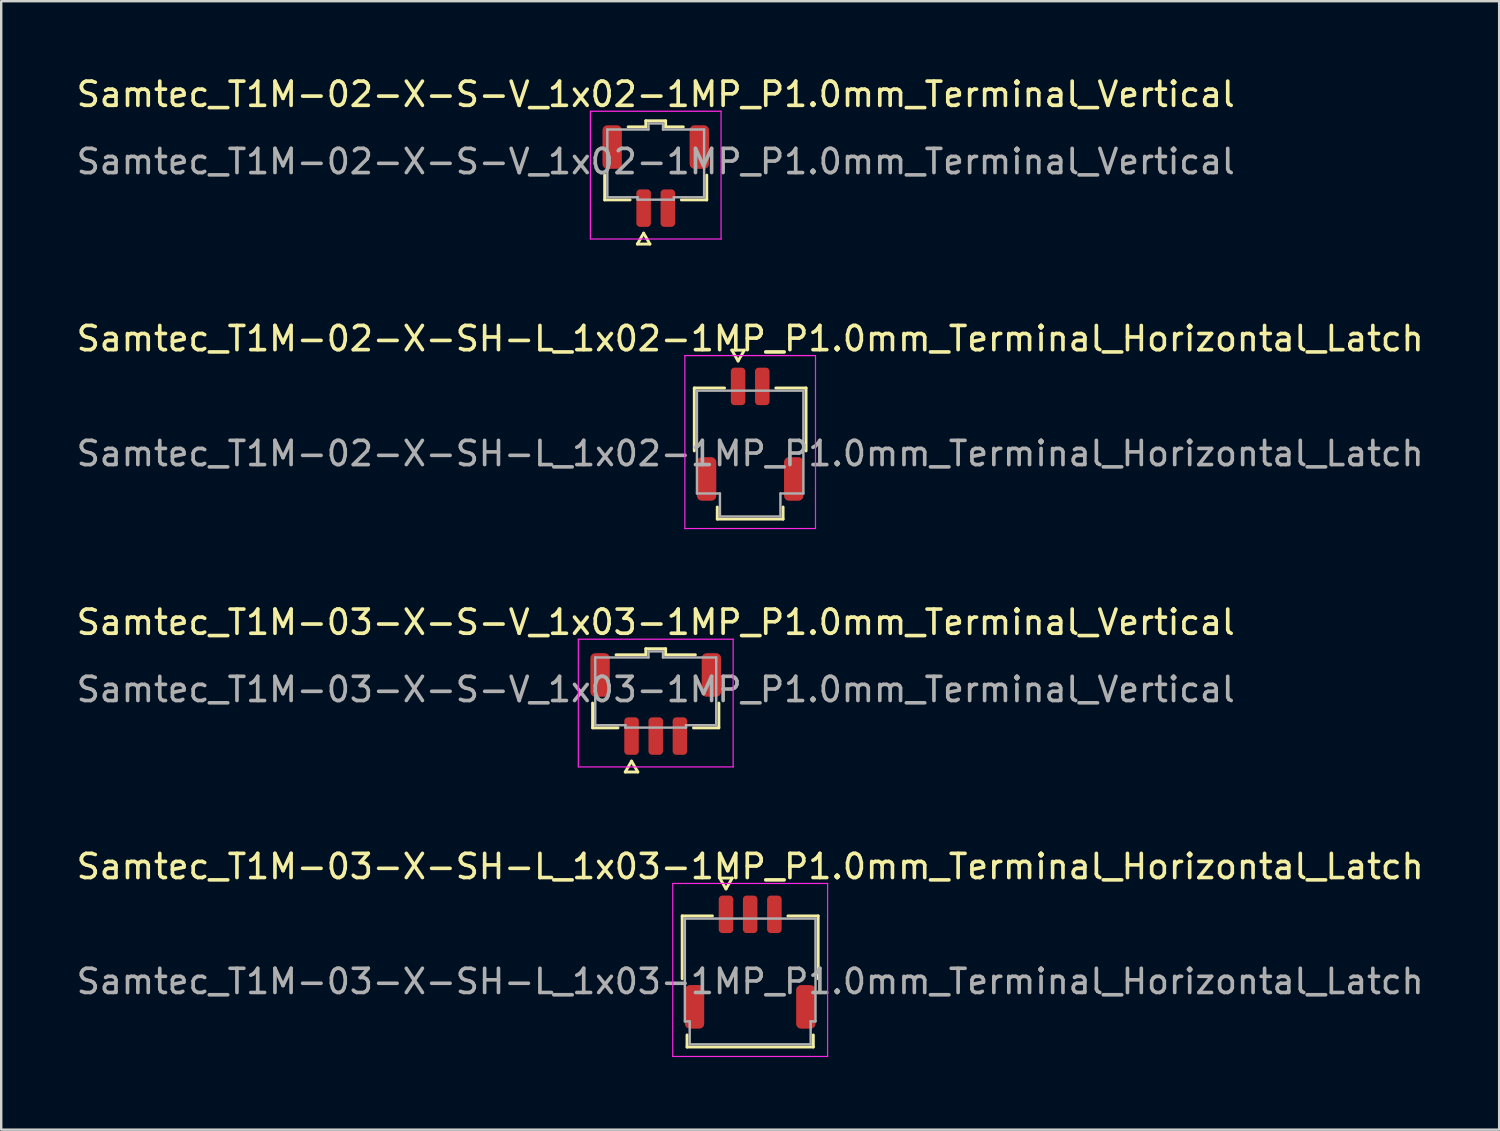
<source format=kicad_pcb>
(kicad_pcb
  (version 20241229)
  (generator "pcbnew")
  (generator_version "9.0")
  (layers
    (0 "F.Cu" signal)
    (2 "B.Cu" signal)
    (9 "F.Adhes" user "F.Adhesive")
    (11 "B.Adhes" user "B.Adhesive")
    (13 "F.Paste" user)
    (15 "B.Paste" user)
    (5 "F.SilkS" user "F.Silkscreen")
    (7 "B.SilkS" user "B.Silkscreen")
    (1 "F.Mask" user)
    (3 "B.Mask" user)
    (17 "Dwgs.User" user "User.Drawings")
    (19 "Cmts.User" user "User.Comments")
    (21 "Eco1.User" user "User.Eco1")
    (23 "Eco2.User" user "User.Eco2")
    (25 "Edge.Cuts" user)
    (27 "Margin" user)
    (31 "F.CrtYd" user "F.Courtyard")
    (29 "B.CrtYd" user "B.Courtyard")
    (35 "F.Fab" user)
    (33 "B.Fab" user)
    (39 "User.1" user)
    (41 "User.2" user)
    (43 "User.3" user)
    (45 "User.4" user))
  (footprint "Samtec_T1M-03-X-S-V_1x03-1MP_P1.0mm_Terminal_Vertical"
    (layer "F.Cu")
    (at 24.054 25.45)
    (property "Reference" "Samtec_T1M-03-X-S-V_1x03-1MP_P1.0mm_Terminal_Vertical" (at 0 -2.78 0) (layer "F.SilkS") (effects (font (size 1 1) (thickness 0.15))))
    (attr smd)
    (fp_line (start -2.61 1.585) (end -2.61 0.56) (stroke (width 0.12) (type solid)) (layer "F.SilkS"))
    (fp_line (start -1.64 -1.435) (end -0.41 -1.435) (stroke (width 0.12) (type solid)) (layer "F.SilkS"))
    (fp_line (start -1.56 1.585) (end -2.61 1.585) (stroke (width 0.12) (type solid)) (layer "F.SilkS"))
    (fp_line (start -1.26 3.41) (end -1 2.96) (stroke (width 0.12) (type solid)) (layer "F.SilkS"))
    (fp_line (start -1 2.96) (end -0.74 3.41) (stroke (width 0.12) (type solid)) (layer "F.SilkS"))
    (fp_line (start -0.74 3.41) (end -1.26 3.41) (stroke (width 0.12) (type solid)) (layer "F.SilkS"))
    (fp_line (start -0.41 -1.685) (end 0.41 -1.685) (stroke (width 0.12) (type solid)) (layer "F.SilkS"))
    (fp_line (start -0.41 -1.435) (end -0.41 -1.685) (stroke (width 0.12) (type solid)) (layer "F.SilkS"))
    (fp_line (start 0.41 -1.685) (end 0.41 -1.435) (stroke (width 0.12) (type solid)) (layer "F.SilkS"))
    (fp_line (start 0.41 -1.435) (end 1.64 -1.435) (stroke (width 0.12) (type solid)) (layer "F.SilkS"))
    (fp_line (start 2.61 0.56) (end 2.61 1.585) (stroke (width 0.12) (type solid)) (layer "F.SilkS"))
    (fp_line (start 2.61 1.585) (end 1.56 1.585) (stroke (width 0.12) (type solid)) (layer "F.SilkS"))
    (fp_line (start -3.2 -2.08) (end -3.2 3.2) (stroke (width 0.05) (type solid)) (layer "F.CrtYd"))
    (fp_line (start -3.2 3.2) (end 3.2 3.2) (stroke (width 0.05) (type solid)) (layer "F.CrtYd"))
    (fp_line (start 3.2 -2.08) (end -3.2 -2.08) (stroke (width 0.05) (type solid)) (layer "F.CrtYd"))
    (fp_line (start 3.2 3.2) (end 3.2 -2.08) (stroke (width 0.05) (type solid)) (layer "F.CrtYd"))
    (fp_line (start -2.5 -1.325) (end -0.3 -1.325) (stroke (width 0.1) (type solid)) (layer "F.Fab"))
    (fp_line (start -2.5 1.475) (end -2.5 -1.325) (stroke (width 0.1) (type solid)) (layer "F.Fab"))
    (fp_line (start -1.25 1.475) (end -2.5 1.475) (stroke (width 0.1) (type solid)) (layer "F.Fab"))
    (fp_line (start -1.25 1.575) (end -1.25 1.475) (stroke (width 0.1) (type solid)) (layer "F.Fab"))
    (fp_line (start -0.3 -1.575) (end 0.3 -1.575) (stroke (width 0.1) (type solid)) (layer "F.Fab"))
    (fp_line (start -0.3 -1.325) (end -0.3 -1.575) (stroke (width 0.1) (type solid)) (layer "F.Fab"))
    (fp_line (start 0.3 -1.575) (end 0.3 -1.325) (stroke (width 0.1) (type solid)) (layer "F.Fab"))
    (fp_line (start 0.3 -1.325) (end 2.5 -1.325) (stroke (width 0.1) (type solid)) (layer "F.Fab"))
    (fp_line (start 1.25 1.475) (end 1.25 1.575) (stroke (width 0.1) (type solid)) (layer "F.Fab"))
    (fp_line (start 1.25 1.575) (end -1.25 1.575) (stroke (width 0.1) (type solid)) (layer "F.Fab"))
    (fp_line (start 2.5 -1.325) (end 2.5 1.475) (stroke (width 0.1) (type solid)) (layer "F.Fab"))
    (fp_line (start 2.5 1.475) (end 1.25 1.475) (stroke (width 0.1) (type solid)) (layer "F.Fab"))
    (fp_text user "${REFERENCE}" (at 0 0 0) (layer "F.Fab") (effects (font (size 1 1) (thickness 0.15))))
    (pad "1" smd roundrect (at -1 1.925) (size 0.6 1.55) (layers "F.Cu" "F.Mask" "F.Paste") (roundrect_rratio 0.25))
    (pad "2" smd roundrect (at 0 1.925) (size 0.6 1.55) (layers "F.Cu" "F.Mask" "F.Paste") (roundrect_rratio 0.25))
    (pad "3" smd roundrect (at 1 1.925) (size 0.6 1.55) (layers "F.Cu" "F.Mask" "F.Paste") (roundrect_rratio 0.25))
    (pad "MP" smd roundrect (at -2.3 -0.6) (size 0.8 1.8) (layers "F.Cu" "F.Mask" "F.Paste") (roundrect_rratio 0.25))
    (pad "MP" smd roundrect (at 2.3 -0.6) (size 0.8 1.8) (layers "F.Cu" "F.Mask" "F.Paste") (roundrect_rratio 0.25)))
  (footprint "Samtec_T1M-02-X-SH-L_1x02-1MP_P1.0mm_Terminal_Horizontal_Latch"
    (layer "F.Cu")
    (at 27.958 15.697)
    (property "Reference" "Samtec_T1M-02-X-SH-L_1x02-1MP_P1.0mm_Terminal_Horizontal_Latch" (at 0 -4.75 0) (layer "F.SilkS") (effects (font (size 1 1) (thickness 0.15))))
    (attr smd)
    (fp_line (start -2.31 -2.71) (end -1.06 -2.71) (stroke (width 0.12) (type solid)) (layer "F.SilkS"))
    (fp_line (start -2.31 -0.11) (end -2.31 -2.71) (stroke (width 0.12) (type solid)) (layer "F.SilkS"))
    (fp_line (start -1.36 2.71) (end -1.36 2.21) (stroke (width 0.12) (type solid)) (layer "F.SilkS"))
    (fp_line (start -0.76 -4.275) (end -0.5 -3.825) (stroke (width 0.12) (type solid)) (layer "F.SilkS"))
    (fp_line (start -0.5 -3.825) (end -0.24 -4.275) (stroke (width 0.12) (type solid)) (layer "F.SilkS"))
    (fp_line (start -0.24 -4.275) (end -0.76 -4.275) (stroke (width 0.12) (type solid)) (layer "F.SilkS"))
    (fp_line (start 1.06 -2.71) (end 2.31 -2.71) (stroke (width 0.12) (type solid)) (layer "F.SilkS"))
    (fp_line (start 1.36 2.21) (end 1.36 2.71) (stroke (width 0.12) (type solid)) (layer "F.SilkS"))
    (fp_line (start 1.36 2.71) (end -1.36 2.71) (stroke (width 0.12) (type solid)) (layer "F.SilkS"))
    (fp_line (start 2.31 -2.71) (end 2.31 -0.11) (stroke (width 0.12) (type solid)) (layer "F.SilkS"))
    (fp_line (start -2.7 -4.05) (end -2.7 3.1) (stroke (width 0.05) (type solid)) (layer "F.CrtYd"))
    (fp_line (start -2.7 3.1) (end 2.7 3.1) (stroke (width 0.05) (type solid)) (layer "F.CrtYd"))
    (fp_line (start 2.7 -4.05) (end -2.7 -4.05) (stroke (width 0.05) (type solid)) (layer "F.CrtYd"))
    (fp_line (start 2.7 3.1) (end 2.7 -4.05) (stroke (width 0.05) (type solid)) (layer "F.CrtYd"))
    (fp_line (start -2.2 -2.6) (end 2.2 -2.6) (stroke (width 0.1) (type solid)) (layer "F.Fab"))
    (fp_line (start -2.2 1.65) (end -2.2 -2.6) (stroke (width 0.1) (type solid)) (layer "F.Fab"))
    (fp_line (start -1.25 1.65) (end -2.2 1.65) (stroke (width 0.1) (type solid)) (layer "F.Fab"))
    (fp_line (start -1.25 2.6) (end -1.25 1.65) (stroke (width 0.1) (type solid)) (layer "F.Fab"))
    (fp_line (start 1.25 1.65) (end 1.25 2.6) (stroke (width 0.1) (type solid)) (layer "F.Fab"))
    (fp_line (start 1.25 2.6) (end -1.25 2.6) (stroke (width 0.1) (type solid)) (layer "F.Fab"))
    (fp_line (start 2.2 -2.6) (end 2.2 1.65) (stroke (width 0.1) (type solid)) (layer "F.Fab"))
    (fp_line (start 2.2 1.65) (end 1.25 1.65) (stroke (width 0.1) (type solid)) (layer "F.Fab"))
    (fp_text user "${REFERENCE}" (at 0 0 0) (layer "F.Fab") (effects (font (size 1 1) (thickness 0.15))))
    (pad "1" smd roundrect (at -0.5 -2.775) (size 0.6 1.55) (layers "F.Cu" "F.Mask" "F.Paste") (roundrect_rratio 0.25))
    (pad "2" smd roundrect (at 0.5 -2.775) (size 0.6 1.55) (layers "F.Cu" "F.Mask" "F.Paste") (roundrect_rratio 0.25))
    (pad "MP" smd roundrect (at -1.8 1.05) (size 0.8 1.8) (layers "F.Cu" "F.Mask" "F.Paste") (roundrect_rratio 0.25))
    (pad "MP" smd roundrect (at 1.8 1.05) (size 0.8 1.8) (layers "F.Cu" "F.Mask" "F.Paste") (roundrect_rratio 0.25)))
  (footprint "Samtec_T1M-02-X-S-V_1x02-1MP_P1.0mm_Terminal_Vertical"
    (layer "F.Cu")
    (at 24.054 3.628)
    (property "Reference" "Samtec_T1M-02-X-S-V_1x02-1MP_P1.0mm_Terminal_Vertical" (at 0 -2.78 0) (layer "F.SilkS") (effects (font (size 1 1) (thickness 0.15))))
    (attr smd)
    (fp_line (start -2.11 1.585) (end -2.11 0.56) (stroke (width 0.12) (type solid)) (layer "F.SilkS"))
    (fp_line (start -1.14 -1.435) (end -0.41 -1.435) (stroke (width 0.12) (type solid)) (layer "F.SilkS"))
    (fp_line (start -1.06 1.585) (end -2.11 1.585) (stroke (width 0.12) (type solid)) (layer "F.SilkS"))
    (fp_line (start -0.76 3.41) (end -0.5 2.96) (stroke (width 0.12) (type solid)) (layer "F.SilkS"))
    (fp_line (start -0.5 2.96) (end -0.24 3.41) (stroke (width 0.12) (type solid)) (layer "F.SilkS"))
    (fp_line (start -0.41 -1.685) (end 0.41 -1.685) (stroke (width 0.12) (type solid)) (layer "F.SilkS"))
    (fp_line (start -0.41 -1.435) (end -0.41 -1.685) (stroke (width 0.12) (type solid)) (layer "F.SilkS"))
    (fp_line (start -0.24 3.41) (end -0.76 3.41) (stroke (width 0.12) (type solid)) (layer "F.SilkS"))
    (fp_line (start 0.41 -1.685) (end 0.41 -1.435) (stroke (width 0.12) (type solid)) (layer "F.SilkS"))
    (fp_line (start 0.41 -1.435) (end 1.14 -1.435) (stroke (width 0.12) (type solid)) (layer "F.SilkS"))
    (fp_line (start 2.11 0.56) (end 2.11 1.585) (stroke (width 0.12) (type solid)) (layer "F.SilkS"))
    (fp_line (start 2.11 1.585) (end 1.06 1.585) (stroke (width 0.12) (type solid)) (layer "F.SilkS"))
    (fp_line (start -2.7 -2.08) (end -2.7 3.2) (stroke (width 0.05) (type solid)) (layer "F.CrtYd"))
    (fp_line (start -2.7 3.2) (end 2.7 3.2) (stroke (width 0.05) (type solid)) (layer "F.CrtYd"))
    (fp_line (start 2.7 -2.08) (end -2.7 -2.08) (stroke (width 0.05) (type solid)) (layer "F.CrtYd"))
    (fp_line (start 2.7 3.2) (end 2.7 -2.08) (stroke (width 0.05) (type solid)) (layer "F.CrtYd"))
    (fp_line (start -2 -1.325) (end -0.3 -1.325) (stroke (width 0.1) (type solid)) (layer "F.Fab"))
    (fp_line (start -2 1.475) (end -2 -1.325) (stroke (width 0.1) (type solid)) (layer "F.Fab"))
    (fp_line (start -0.75 1.475) (end -2 1.475) (stroke (width 0.1) (type solid)) (layer "F.Fab"))
    (fp_line (start -0.75 1.575) (end -0.75 1.475) (stroke (width 0.1) (type solid)) (layer "F.Fab"))
    (fp_line (start -0.3 -1.575) (end 0.3 -1.575) (stroke (width 0.1) (type solid)) (layer "F.Fab"))
    (fp_line (start -0.3 -1.325) (end -0.3 -1.575) (stroke (width 0.1) (type solid)) (layer "F.Fab"))
    (fp_line (start 0.3 -1.575) (end 0.3 -1.325) (stroke (width 0.1) (type solid)) (layer "F.Fab"))
    (fp_line (start 0.3 -1.325) (end 2 -1.325) (stroke (width 0.1) (type solid)) (layer "F.Fab"))
    (fp_line (start 0.75 1.475) (end 0.75 1.575) (stroke (width 0.1) (type solid)) (layer "F.Fab"))
    (fp_line (start 0.75 1.575) (end -0.75 1.575) (stroke (width 0.1) (type solid)) (layer "F.Fab"))
    (fp_line (start 2 -1.325) (end 2 1.475) (stroke (width 0.1) (type solid)) (layer "F.Fab"))
    (fp_line (start 2 1.475) (end 0.75 1.475) (stroke (width 0.1) (type solid)) (layer "F.Fab"))
    (fp_text user "${REFERENCE}" (at 0 0 0) (layer "F.Fab") (effects (font (size 1 1) (thickness 0.15))))
    (pad "1" smd roundrect (at -0.5 1.925) (size 0.6 1.55) (layers "F.Cu" "F.Mask" "F.Paste") (roundrect_rratio 0.25))
    (pad "2" smd roundrect (at 0.5 1.925) (size 0.6 1.55) (layers "F.Cu" "F.Mask" "F.Paste") (roundrect_rratio 0.25))
    (pad "MP" smd roundrect (at -1.8 -0.6) (size 0.8 1.8) (layers "F.Cu" "F.Mask" "F.Paste") (roundrect_rratio 0.25))
    (pad "MP" smd roundrect (at 1.8 -0.6) (size 0.8 1.8) (layers "F.Cu" "F.Mask" "F.Paste") (roundrect_rratio 0.25)))
  (footprint "Samtec_T1M-03-X-SH-L_1x03-1MP_P1.0mm_Terminal_Horizontal_Latch"
    (layer "F.Cu")
    (at 27.958 37.518)
    (property "Reference" "Samtec_T1M-03-X-SH-L_1x03-1MP_P1.0mm_Terminal_Horizontal_Latch" (at 0 -4.75 0) (layer "F.SilkS") (effects (font (size 1 1) (thickness 0.15))))
    (attr smd)
    (fp_line (start -2.81 -2.71) (end -1.56 -2.71) (stroke (width 0.12) (type solid)) (layer "F.SilkS"))
    (fp_line (start -2.81 -0.11) (end -2.81 -2.71) (stroke (width 0.12) (type solid)) (layer "F.SilkS"))
    (fp_line (start -2.61 2.71) (end -2.61 2.21) (stroke (width 0.12) (type solid)) (layer "F.SilkS"))
    (fp_line (start -1.26 -4.275) (end -1 -3.825) (stroke (width 0.12) (type solid)) (layer "F.SilkS"))
    (fp_line (start -1 -3.825) (end -0.74 -4.275) (stroke (width 0.12) (type solid)) (layer "F.SilkS"))
    (fp_line (start -0.74 -4.275) (end -1.26 -4.275) (stroke (width 0.12) (type solid)) (layer "F.SilkS"))
    (fp_line (start 1.56 -2.71) (end 2.81 -2.71) (stroke (width 0.12) (type solid)) (layer "F.SilkS"))
    (fp_line (start 2.61 2.21) (end 2.61 2.71) (stroke (width 0.12) (type solid)) (layer "F.SilkS"))
    (fp_line (start 2.61 2.71) (end -2.61 2.71) (stroke (width 0.12) (type solid)) (layer "F.SilkS"))
    (fp_line (start 2.81 -2.71) (end 2.81 -0.11) (stroke (width 0.12) (type solid)) (layer "F.SilkS"))
    (fp_line (start -3.2 -4.05) (end -3.2 3.1) (stroke (width 0.05) (type solid)) (layer "F.CrtYd"))
    (fp_line (start -3.2 3.1) (end 3.2 3.1) (stroke (width 0.05) (type solid)) (layer "F.CrtYd"))
    (fp_line (start 3.2 -4.05) (end -3.2 -4.05) (stroke (width 0.05) (type solid)) (layer "F.CrtYd"))
    (fp_line (start 3.2 3.1) (end 3.2 -4.05) (stroke (width 0.05) (type solid)) (layer "F.CrtYd"))
    (fp_line (start -2.7 -2.6) (end 2.7 -2.6) (stroke (width 0.1) (type solid)) (layer "F.Fab"))
    (fp_line (start -2.7 1.65) (end -2.7 -2.6) (stroke (width 0.1) (type solid)) (layer "F.Fab"))
    (fp_line (start -2.5 1.65) (end -2.7 1.65) (stroke (width 0.1) (type solid)) (layer "F.Fab"))
    (fp_line (start -2.5 2.6) (end -2.5 1.65) (stroke (width 0.1) (type solid)) (layer "F.Fab"))
    (fp_line (start 2.5 1.65) (end 2.5 2.6) (stroke (width 0.1) (type solid)) (layer "F.Fab"))
    (fp_line (start 2.5 2.6) (end -2.5 2.6) (stroke (width 0.1) (type solid)) (layer "F.Fab"))
    (fp_line (start 2.7 -2.6) (end 2.7 1.65) (stroke (width 0.1) (type solid)) (layer "F.Fab"))
    (fp_line (start 2.7 1.65) (end 2.5 1.65) (stroke (width 0.1) (type solid)) (layer "F.Fab"))
    (fp_text user "${REFERENCE}" (at 0 0 0) (layer "F.Fab") (effects (font (size 1 1) (thickness 0.15))))
    (pad "1" smd roundrect (at -1 -2.775) (size 0.6 1.55) (layers "F.Cu" "F.Mask" "F.Paste") (roundrect_rratio 0.25))
    (pad "2" smd roundrect (at 0 -2.775) (size 0.6 1.55) (layers "F.Cu" "F.Mask" "F.Paste") (roundrect_rratio 0.25))
    (pad "3" smd roundrect (at 1 -2.775) (size 0.6 1.55) (layers "F.Cu" "F.Mask" "F.Paste") (roundrect_rratio 0.25))
    (pad "MP" smd roundrect (at -2.3 1.05) (size 0.8 1.8) (layers "F.Cu" "F.Mask" "F.Paste") (roundrect_rratio 0.25))
    (pad "MP" smd roundrect (at 2.3 1.05) (size 0.8 1.8) (layers "F.Cu" "F.Mask" "F.Paste") (roundrect_rratio 0.25)))
  (gr_rect
    (start -3 -3)
    (end 58.917 43.643)
    (stroke (width 0.1) (type default))
    (fill no)
    (layer "Edge.Cuts")))
</source>
